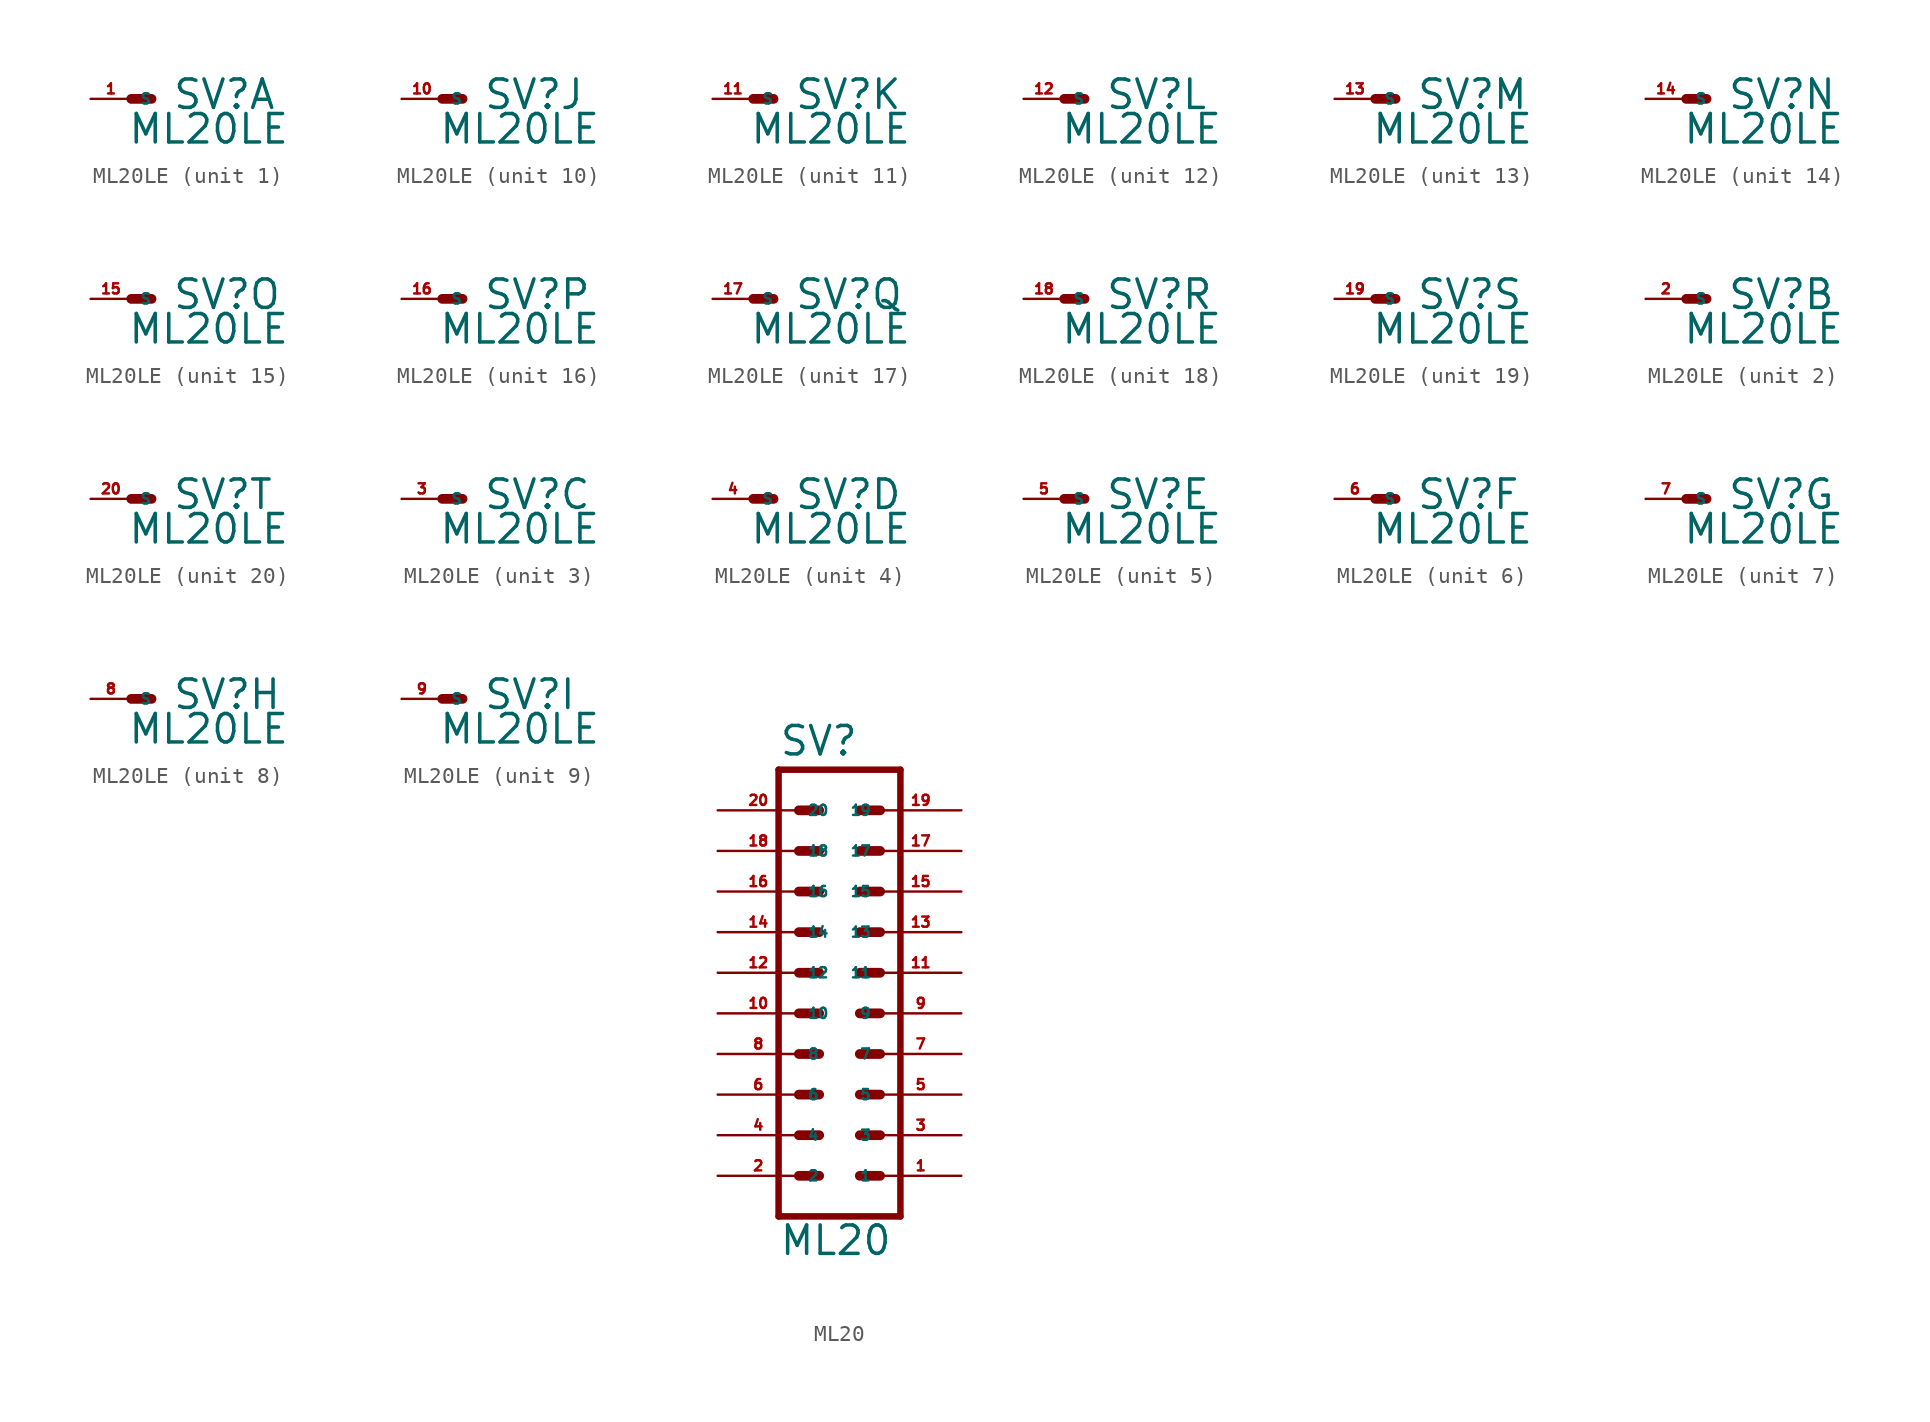
<source format=kicad_sym>
(kicad_symbol_lib
  (version 20220914)
  (generator Eagle2Kicad)
  (symbol "ML20LE"
    (property "Reference" "SV"
      (at 2.54 -0.762 0)
      (effects (font (size 1.778 1.778) (thickness 0.22)) (justify left bottom)))
    (property "Value" "ML20LE"
      (at -0.254 -2.921 0)
      (effects (font (size 1.778 1.778) (thickness 0.22)) (justify left bottom)))
    (symbol "ML20LE_1_0"
      (polyline (pts (xy 1.27 0) (xy 0 0)) (stroke (width 0.61) (type default)) (fill (type none)))
      (pin passive line (at -2.54 0 0) (length 2.54) (name "S" (effects (font (size 0.635 0.635) (thickness 0.08)) (justify left bottom))) (number "1" (effects (font (size 0.635 0.635) (thickness 0.08)) (justify left bottom)))))
    (symbol "ML20LE_2_0"
      (polyline (pts (xy 1.27 0) (xy 0 0)) (stroke (width 0.61) (type default)) (fill (type none)))
      (pin passive line (at -2.54 0 0) (length 2.54) (name "S" (effects (font (size 0.635 0.635) (thickness 0.08)) (justify left bottom))) (number "2" (effects (font (size 0.635 0.635) (thickness 0.08)) (justify left bottom)))))
    (symbol "ML20LE_3_0"
      (polyline (pts (xy 1.27 0) (xy 0 0)) (stroke (width 0.61) (type default)) (fill (type none)))
      (pin passive line (at -2.54 0 0) (length 2.54) (name "S" (effects (font (size 0.635 0.635) (thickness 0.08)) (justify left bottom))) (number "3" (effects (font (size 0.635 0.635) (thickness 0.08)) (justify left bottom)))))
    (symbol "ML20LE_4_0"
      (polyline (pts (xy 1.27 0) (xy 0 0)) (stroke (width 0.61) (type default)) (fill (type none)))
      (pin passive line (at -2.54 0 0) (length 2.54) (name "S" (effects (font (size 0.635 0.635) (thickness 0.08)) (justify left bottom))) (number "4" (effects (font (size 0.635 0.635) (thickness 0.08)) (justify left bottom)))))
    (symbol "ML20LE_5_0"
      (polyline (pts (xy 1.27 0) (xy 0 0)) (stroke (width 0.61) (type default)) (fill (type none)))
      (pin passive line (at -2.54 0 0) (length 2.54) (name "S" (effects (font (size 0.635 0.635) (thickness 0.08)) (justify left bottom))) (number "5" (effects (font (size 0.635 0.635) (thickness 0.08)) (justify left bottom)))))
    (symbol "ML20LE_6_0"
      (polyline (pts (xy 1.27 0) (xy 0 0)) (stroke (width 0.61) (type default)) (fill (type none)))
      (pin passive line (at -2.54 0 0) (length 2.54) (name "S" (effects (font (size 0.635 0.635) (thickness 0.08)) (justify left bottom))) (number "6" (effects (font (size 0.635 0.635) (thickness 0.08)) (justify left bottom)))))
    (symbol "ML20LE_7_0"
      (polyline (pts (xy 1.27 0) (xy 0 0)) (stroke (width 0.61) (type default)) (fill (type none)))
      (pin passive line (at -2.54 0 0) (length 2.54) (name "S" (effects (font (size 0.635 0.635) (thickness 0.08)) (justify left bottom))) (number "7" (effects (font (size 0.635 0.635) (thickness 0.08)) (justify left bottom)))))
    (symbol "ML20LE_8_0"
      (polyline (pts (xy 1.27 0) (xy 0 0)) (stroke (width 0.61) (type default)) (fill (type none)))
      (pin passive line (at -2.54 0 0) (length 2.54) (name "S" (effects (font (size 0.635 0.635) (thickness 0.08)) (justify left bottom))) (number "8" (effects (font (size 0.635 0.635) (thickness 0.08)) (justify left bottom)))))
    (symbol "ML20LE_9_0"
      (polyline (pts (xy 1.27 0) (xy 0 0)) (stroke (width 0.61) (type default)) (fill (type none)))
      (pin passive line (at -2.54 0 0) (length 2.54) (name "S" (effects (font (size 0.635 0.635) (thickness 0.08)) (justify left bottom))) (number "9" (effects (font (size 0.635 0.635) (thickness 0.08)) (justify left bottom)))))
    (symbol "ML20LE_10_0"
      (polyline (pts (xy 1.27 0) (xy 0 0)) (stroke (width 0.61) (type default)) (fill (type none)))
      (pin passive line (at -2.54 0 0) (length 2.54) (name "S" (effects (font (size 0.635 0.635) (thickness 0.08)) (justify left bottom))) (number "10" (effects (font (size 0.635 0.635) (thickness 0.08)) (justify left bottom)))))
    (symbol "ML20LE_11_0"
      (polyline (pts (xy 1.27 0) (xy 0 0)) (stroke (width 0.61) (type default)) (fill (type none)))
      (pin passive line (at -2.54 0 0) (length 2.54) (name "S" (effects (font (size 0.635 0.635) (thickness 0.08)) (justify left bottom))) (number "11" (effects (font (size 0.635 0.635) (thickness 0.08)) (justify left bottom)))))
    (symbol "ML20LE_12_0"
      (polyline (pts (xy 1.27 0) (xy 0 0)) (stroke (width 0.61) (type default)) (fill (type none)))
      (pin passive line (at -2.54 0 0) (length 2.54) (name "S" (effects (font (size 0.635 0.635) (thickness 0.08)) (justify left bottom))) (number "12" (effects (font (size 0.635 0.635) (thickness 0.08)) (justify left bottom)))))
    (symbol "ML20LE_13_0"
      (polyline (pts (xy 1.27 0) (xy 0 0)) (stroke (width 0.61) (type default)) (fill (type none)))
      (pin passive line (at -2.54 0 0) (length 2.54) (name "S" (effects (font (size 0.635 0.635) (thickness 0.08)) (justify left bottom))) (number "13" (effects (font (size 0.635 0.635) (thickness 0.08)) (justify left bottom)))))
    (symbol "ML20LE_14_0"
      (polyline (pts (xy 1.27 0) (xy 0 0)) (stroke (width 0.61) (type default)) (fill (type none)))
      (pin passive line (at -2.54 0 0) (length 2.54) (name "S" (effects (font (size 0.635 0.635) (thickness 0.08)) (justify left bottom))) (number "14" (effects (font (size 0.635 0.635) (thickness 0.08)) (justify left bottom)))))
    (symbol "ML20LE_15_0"
      (polyline (pts (xy 1.27 0) (xy 0 0)) (stroke (width 0.61) (type default)) (fill (type none)))
      (pin passive line (at -2.54 0 0) (length 2.54) (name "S" (effects (font (size 0.635 0.635) (thickness 0.08)) (justify left bottom))) (number "15" (effects (font (size 0.635 0.635) (thickness 0.08)) (justify left bottom)))))
    (symbol "ML20LE_16_0"
      (polyline (pts (xy 1.27 0) (xy 0 0)) (stroke (width 0.61) (type default)) (fill (type none)))
      (pin passive line (at -2.54 0 0) (length 2.54) (name "S" (effects (font (size 0.635 0.635) (thickness 0.08)) (justify left bottom))) (number "16" (effects (font (size 0.635 0.635) (thickness 0.08)) (justify left bottom)))))
    (symbol "ML20LE_17_0"
      (polyline (pts (xy 1.27 0) (xy 0 0)) (stroke (width 0.61) (type default)) (fill (type none)))
      (pin passive line (at -2.54 0 0) (length 2.54) (name "S" (effects (font (size 0.635 0.635) (thickness 0.08)) (justify left bottom))) (number "17" (effects (font (size 0.635 0.635) (thickness 0.08)) (justify left bottom)))))
    (symbol "ML20LE_18_0"
      (polyline (pts (xy 1.27 0) (xy 0 0)) (stroke (width 0.61) (type default)) (fill (type none)))
      (pin passive line (at -2.54 0 0) (length 2.54) (name "S" (effects (font (size 0.635 0.635) (thickness 0.08)) (justify left bottom))) (number "18" (effects (font (size 0.635 0.635) (thickness 0.08)) (justify left bottom)))))
    (symbol "ML20LE_19_0"
      (polyline (pts (xy 1.27 0) (xy 0 0)) (stroke (width 0.61) (type default)) (fill (type none)))
      (pin passive line (at -2.54 0 0) (length 2.54) (name "S" (effects (font (size 0.635 0.635) (thickness 0.08)) (justify left bottom))) (number "19" (effects (font (size 0.635 0.635) (thickness 0.08)) (justify left bottom)))))
    (symbol "ML20LE_20_0"
      (polyline (pts (xy 1.27 0) (xy 0 0)) (stroke (width 0.61) (type default)) (fill (type none)))
      (pin passive line (at -2.54 0 0) (length 2.54) (name "S" (effects (font (size 0.635 0.635) (thickness 0.08)) (justify left bottom))) (number "20" (effects (font (size 0.635 0.635) (thickness 0.08)) (justify left bottom))))))
  (symbol "ML20"
    (property "Reference" "SV"
      (at -3.81 13.462 0)
      (effects (font (size 1.778 1.778) (thickness 0.22)) (justify left bottom)))
    (property "Value" "ML20"
      (at -3.81 -17.78 0)
      (effects (font (size 1.778 1.778) (thickness 0.22)) (justify left bottom)))
    (polyline
      (pts (xy 3.81 -15.24) (xy -3.81 -15.24))
      (stroke (width 0.406) (type default))
      (fill (type none)))
    (polyline
      (pts (xy -3.81 12.7) (xy -3.81 -15.24))
      (stroke (width 0.406) (type default))
      (fill (type none)))
    (polyline
      (pts (xy -3.81 12.7) (xy 3.81 12.7))
      (stroke (width 0.406) (type default))
      (fill (type none)))
    (polyline
      (pts (xy 3.81 -15.24) (xy 3.81 12.7))
      (stroke (width 0.406) (type default))
      (fill (type none)))
    (polyline
      (pts (xy 1.27 -2.54) (xy 2.54 -2.54))
      (stroke (width 0.61) (type default))
      (fill (type none)))
    (polyline
      (pts (xy 1.27 -5.08) (xy 2.54 -5.08))
      (stroke (width 0.61) (type default))
      (fill (type none)))
    (polyline
      (pts (xy 1.27 -7.62) (xy 2.54 -7.62))
      (stroke (width 0.61) (type default))
      (fill (type none)))
    (polyline
      (pts (xy 1.27 -10.16) (xy 2.54 -10.16))
      (stroke (width 0.61) (type default))
      (fill (type none)))
    (polyline
      (pts (xy 1.27 -12.7) (xy 2.54 -12.7))
      (stroke (width 0.61) (type default))
      (fill (type none)))
    (polyline
      (pts (xy -2.54 -2.54) (xy -1.27 -2.54))
      (stroke (width 0.61) (type default))
      (fill (type none)))
    (polyline
      (pts (xy -2.54 -5.08) (xy -1.27 -5.08))
      (stroke (width 0.61) (type default))
      (fill (type none)))
    (polyline
      (pts (xy -2.54 -7.62) (xy -1.27 -7.62))
      (stroke (width 0.61) (type default))
      (fill (type none)))
    (polyline
      (pts (xy -2.54 -10.16) (xy -1.27 -10.16))
      (stroke (width 0.61) (type default))
      (fill (type none)))
    (polyline
      (pts (xy -2.54 -12.7) (xy -1.27 -12.7))
      (stroke (width 0.61) (type default))
      (fill (type none)))
    (polyline
      (pts (xy 1.27 0) (xy 2.54 0))
      (stroke (width 0.61) (type default))
      (fill (type none)))
    (polyline
      (pts (xy 1.27 2.54) (xy 2.54 2.54))
      (stroke (width 0.61) (type default))
      (fill (type none)))
    (polyline
      (pts (xy 1.27 5.08) (xy 2.54 5.08))
      (stroke (width 0.61) (type default))
      (fill (type none)))
    (polyline
      (pts (xy 1.27 7.62) (xy 2.54 7.62))
      (stroke (width 0.61) (type default))
      (fill (type none)))
    (polyline
      (pts (xy 1.27 10.16) (xy 2.54 10.16))
      (stroke (width 0.61) (type default))
      (fill (type none)))
    (polyline
      (pts (xy -2.54 0) (xy -1.27 0))
      (stroke (width 0.61) (type default))
      (fill (type none)))
    (polyline
      (pts (xy -2.54 2.54) (xy -1.27 2.54))
      (stroke (width 0.61) (type default))
      (fill (type none)))
    (polyline
      (pts (xy -2.54 5.08) (xy -1.27 5.08))
      (stroke (width 0.61) (type default))
      (fill (type none)))
    (polyline
      (pts (xy -2.54 7.62) (xy -1.27 7.62))
      (stroke (width 0.61) (type default))
      (fill (type none)))
    (polyline
      (pts (xy -2.54 10.16) (xy -1.27 10.16))
      (stroke (width 0.61) (type default))
      (fill (type none)))
    (pin passive line
      (at 7.62 -12.7 180)
      (length 5.08)
      (name "1" (effects (font (size 0.635 0.635) (thickness 0.08)) (justify left bottom)))
      (number "1" (effects (font (size 0.635 0.635) (thickness 0.08)) (justify left bottom))))
    (pin passive line
      (at 7.62 -10.16 180)
      (length 5.08)
      (name "3" (effects (font (size 0.635 0.635) (thickness 0.08)) (justify left bottom)))
      (number "3" (effects (font (size 0.635 0.635) (thickness 0.08)) (justify left bottom))))
    (pin passive line
      (at 7.62 -7.62 180)
      (length 5.08)
      (name "5" (effects (font (size 0.635 0.635) (thickness 0.08)) (justify left bottom)))
      (number "5" (effects (font (size 0.635 0.635) (thickness 0.08)) (justify left bottom))))
    (pin passive line
      (at 7.62 -5.08 180)
      (length 5.08)
      (name "7" (effects (font (size 0.635 0.635) (thickness 0.08)) (justify left bottom)))
      (number "7" (effects (font (size 0.635 0.635) (thickness 0.08)) (justify left bottom))))
    (pin passive line
      (at 7.62 -2.54 180)
      (length 5.08)
      (name "9" (effects (font (size 0.635 0.635) (thickness 0.08)) (justify left bottom)))
      (number "9" (effects (font (size 0.635 0.635) (thickness 0.08)) (justify left bottom))))
    (pin passive line
      (at 7.62 0 180)
      (length 5.08)
      (name "11" (effects (font (size 0.635 0.635) (thickness 0.08)) (justify left bottom)))
      (number "11" (effects (font (size 0.635 0.635) (thickness 0.08)) (justify left bottom))))
    (pin passive line
      (at 7.62 2.54 180)
      (length 5.08)
      (name "13" (effects (font (size 0.635 0.635) (thickness 0.08)) (justify left bottom)))
      (number "13" (effects (font (size 0.635 0.635) (thickness 0.08)) (justify left bottom))))
    (pin passive line
      (at 7.62 5.08 180)
      (length 5.08)
      (name "15" (effects (font (size 0.635 0.635) (thickness 0.08)) (justify left bottom)))
      (number "15" (effects (font (size 0.635 0.635) (thickness 0.08)) (justify left bottom))))
    (pin passive line
      (at 7.62 7.62 180)
      (length 5.08)
      (name "17" (effects (font (size 0.635 0.635) (thickness 0.08)) (justify left bottom)))
      (number "17" (effects (font (size 0.635 0.635) (thickness 0.08)) (justify left bottom))))
    (pin passive line
      (at 7.62 10.16 180)
      (length 5.08)
      (name "19" (effects (font (size 0.635 0.635) (thickness 0.08)) (justify left bottom)))
      (number "19" (effects (font (size 0.635 0.635) (thickness 0.08)) (justify left bottom))))
    (pin passive line
      (at -7.62 -12.7 0)
      (length 5.08)
      (name "2" (effects (font (size 0.635 0.635) (thickness 0.08)) (justify left bottom)))
      (number "2" (effects (font (size 0.635 0.635) (thickness 0.08)) (justify left bottom))))
    (pin passive line
      (at -7.62 -10.16 0)
      (length 5.08)
      (name "4" (effects (font (size 0.635 0.635) (thickness 0.08)) (justify left bottom)))
      (number "4" (effects (font (size 0.635 0.635) (thickness 0.08)) (justify left bottom))))
    (pin passive line
      (at -7.62 -7.62 0)
      (length 5.08)
      (name "6" (effects (font (size 0.635 0.635) (thickness 0.08)) (justify left bottom)))
      (number "6" (effects (font (size 0.635 0.635) (thickness 0.08)) (justify left bottom))))
    (pin passive line
      (at -7.62 -5.08 0)
      (length 5.08)
      (name "8" (effects (font (size 0.635 0.635) (thickness 0.08)) (justify left bottom)))
      (number "8" (effects (font (size 0.635 0.635) (thickness 0.08)) (justify left bottom))))
    (pin passive line
      (at -7.62 -2.54 0)
      (length 5.08)
      (name "10" (effects (font (size 0.635 0.635) (thickness 0.08)) (justify left bottom)))
      (number "10" (effects (font (size 0.635 0.635) (thickness 0.08)) (justify left bottom))))
    (pin passive line
      (at -7.62 0 0)
      (length 5.08)
      (name "12" (effects (font (size 0.635 0.635) (thickness 0.08)) (justify left bottom)))
      (number "12" (effects (font (size 0.635 0.635) (thickness 0.08)) (justify left bottom))))
    (pin passive line
      (at -7.62 2.54 0)
      (length 5.08)
      (name "14" (effects (font (size 0.635 0.635) (thickness 0.08)) (justify left bottom)))
      (number "14" (effects (font (size 0.635 0.635) (thickness 0.08)) (justify left bottom))))
    (pin passive line
      (at -7.62 5.08 0)
      (length 5.08)
      (name "16" (effects (font (size 0.635 0.635) (thickness 0.08)) (justify left bottom)))
      (number "16" (effects (font (size 0.635 0.635) (thickness 0.08)) (justify left bottom))))
    (pin passive line
      (at -7.62 7.62 0)
      (length 5.08)
      (name "18" (effects (font (size 0.635 0.635) (thickness 0.08)) (justify left bottom)))
      (number "18" (effects (font (size 0.635 0.635) (thickness 0.08)) (justify left bottom))))
    (pin passive line
      (at -7.62 10.16 0)
      (length 5.08)
      (name "20" (effects (font (size 0.635 0.635) (thickness 0.08)) (justify left bottom)))
      (number "20" (effects (font (size 0.635 0.635) (thickness 0.08)) (justify left bottom))))))
</source>
